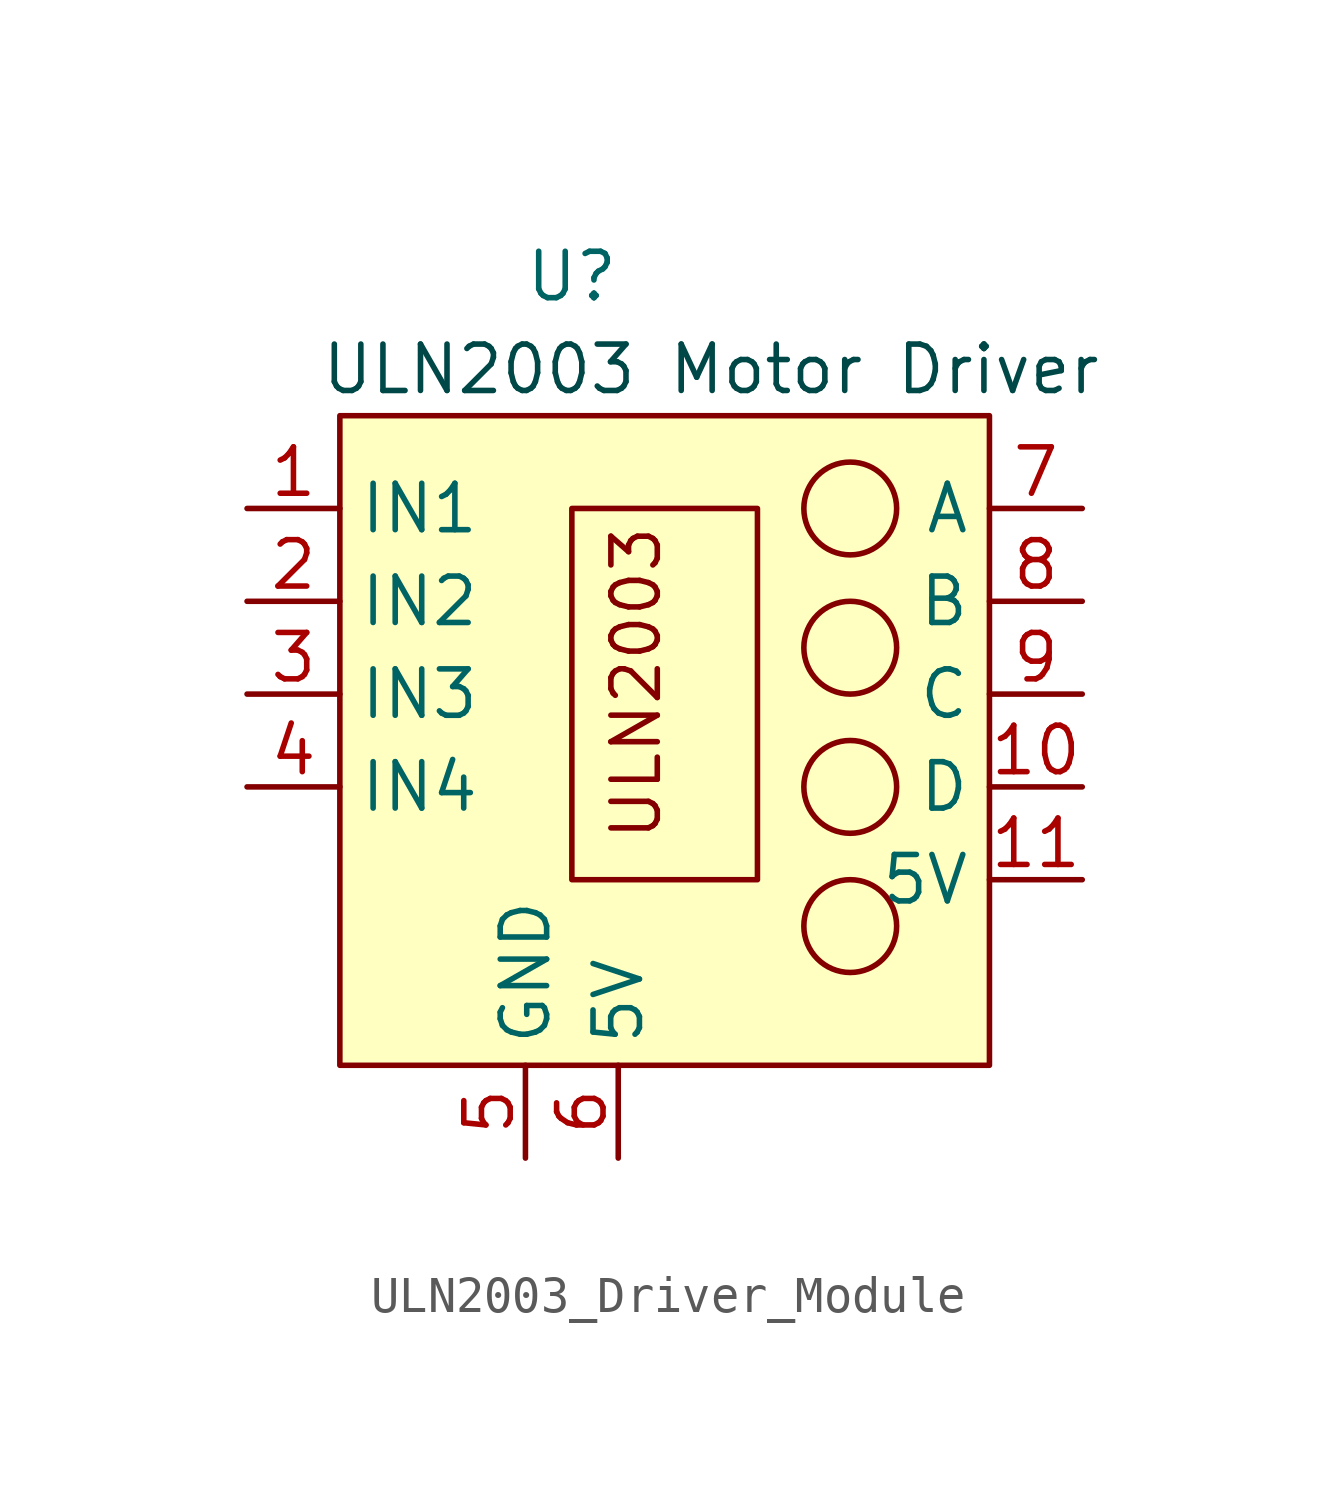
<source format=kicad_sym>
(kicad_symbol_lib
  (version 20231120)
  (generator "kicad_symbol_editor")
  (generator_version "8.0")
  (symbol "ULN2003_Driver_Module"
    (property "Reference" "U"
      (at 8.89 6.35 0)
      (effects (font (size 1.27 1.27))))
    (property "Value" ""
      (at 0 0 0)
      (effects (font (size 1.27 1.27))))
    (symbol "ULN2003_Driver_Module_0_0"
      (pin input line (at 0 0 0) (length 2.54) (name "IN1" (effects (font (size 1.27 1.27)))) (number "1" (effects (font (size 1.27 1.27)))))
      (pin output line (at 22.86 -7.62 180) (length 2.54) (name "D" (effects (font (size 1.27 1.27)))) (number "10" (effects (font (size 1.27 1.27)))))
      (pin output line (at 22.86 -10.16 180) (length 2.54) (name "5V" (effects (font (size 1.27 1.27)))) (number "11" (effects (font (size 1.27 1.27)))))
      (pin input line (at 0 -2.54 0) (length 2.54) (name "IN2" (effects (font (size 1.27 1.27)))) (number "2" (effects (font (size 1.27 1.27)))))
      (pin input line (at 0 -5.08 0) (length 2.54) (name "IN3" (effects (font (size 1.27 1.27)))) (number "3" (effects (font (size 1.27 1.27)))))
      (pin input line (at 0 -7.62 0) (length 2.54) (name "IN4" (effects (font (size 1.27 1.27)))) (number "4" (effects (font (size 1.27 1.27)))))
      (pin output line (at 7.62 -17.78 90) (length 2.54) (name "GND" (effects (font (size 1.27 1.27)))) (number "5" (effects (font (size 1.27 1.27)))))
      (pin input line (at 10.16 -17.78 90) (length 2.54) (name "5V" (effects (font (size 1.27 1.27)))) (number "6" (effects (font (size 1.27 1.27)))))
      (pin output line (at 22.86 0 180) (length 2.54) (name "A" (effects (font (size 1.27 1.27)))) (number "7" (effects (font (size 1.27 1.27)))))
      (pin output line (at 22.86 -2.54 180) (length 2.54) (name "B" (effects (font (size 1.27 1.27)))) (number "8" (effects (font (size 1.27 1.27)))))
      (pin output line (at 22.86 -5.08 180) (length 2.54) (name "C" (effects (font (size 1.27 1.27)))) (number "9" (effects (font (size 1.27 1.27))))))
    (symbol "ULN2003_Driver_Module_0_1"
      (circle (center 16.51 -11.43) (radius 1.27) (stroke (width 0) (type default)) (fill (type none)))
      (circle (center 16.51 -7.62) (radius 1.27) (stroke (width 0) (type default)) (fill (type none)))
      (circle (center 16.51 -3.81) (radius 1.27) (stroke (width 0) (type default)) (fill (type none)))
      (circle (center 16.51 0) (radius 1.27) (stroke (width 0) (type default)) (fill (type none))))
    (symbol "ULN2003_Driver_Module_1_1"
      (rectangle (start 2.54 2.54) (end 20.32 -15.24) (stroke (width 0) (type default)) (fill (type background)))
      (text "ULN2003 Motor Driver" (at 12.7 3.81 0) (effects (font (size 1.27 1.27) (color 0 72 72 1))))
      (text_box "ULN2003" (at 8.89 0 90) (size 5.08 -10.16) (stroke (width 0) (type default)) (fill (type color) (color 255 255 194 1)) (effects (font (size 1.27 1.27)) (justify left top))))))
</source>
